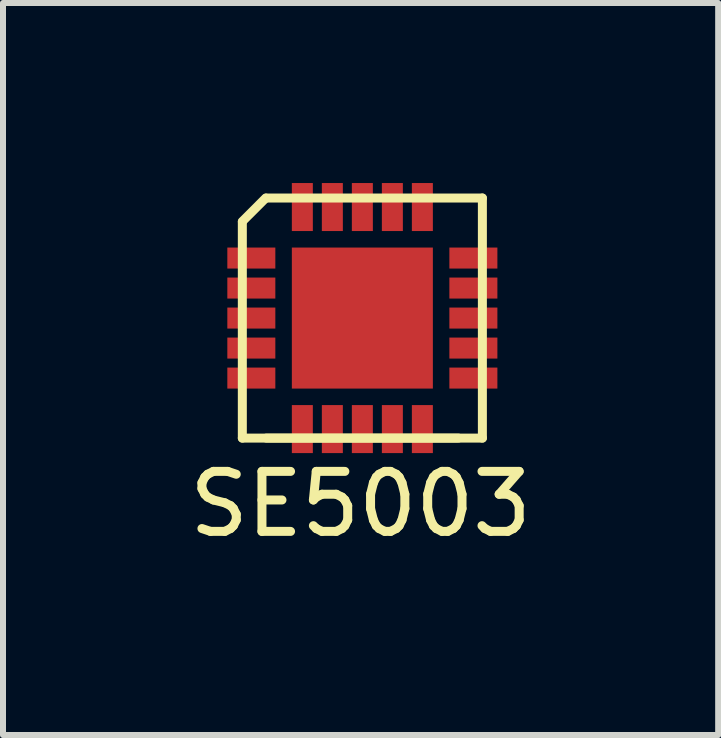
<source format=kicad_pcb>
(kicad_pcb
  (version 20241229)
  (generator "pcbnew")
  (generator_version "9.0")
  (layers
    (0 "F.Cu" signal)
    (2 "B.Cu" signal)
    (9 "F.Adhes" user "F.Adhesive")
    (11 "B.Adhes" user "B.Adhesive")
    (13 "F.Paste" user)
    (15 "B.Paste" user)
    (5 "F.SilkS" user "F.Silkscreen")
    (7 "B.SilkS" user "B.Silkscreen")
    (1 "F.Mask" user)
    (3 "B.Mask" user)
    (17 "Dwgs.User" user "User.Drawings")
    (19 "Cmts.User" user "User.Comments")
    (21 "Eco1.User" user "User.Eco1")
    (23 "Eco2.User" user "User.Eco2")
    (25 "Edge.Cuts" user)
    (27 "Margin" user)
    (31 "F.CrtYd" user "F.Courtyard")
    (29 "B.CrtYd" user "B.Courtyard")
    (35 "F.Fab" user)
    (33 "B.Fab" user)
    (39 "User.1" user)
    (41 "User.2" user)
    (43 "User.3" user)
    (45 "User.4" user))
  (footprint "SE5003"
    (layer "F.Cu")
    (at 2.988 2.25)
    (property "Reference" "SE5003" (at -0.03 3.1 0) (layer "F.SilkS") (effects (font (size 1 1) (thickness 0.15))))
    (attr through_hole)
    (fp_line (start -2 -1.61) (end -1.61 -2) (stroke (width 0.15) (type solid)) (layer "F.SilkS"))
    (fp_line (start -2 2) (end -2 -1.6) (stroke (width 0.15) (type solid)) (layer "F.SilkS"))
    (fp_line (start -2 2) (end 2 2) (stroke (width 0.15) (type solid)) (layer "F.SilkS"))
    (fp_line (start -1.6 -2) (end 2 -2) (stroke (width 0.15) (type solid)) (layer "F.SilkS"))
    (fp_line (start -1.6 2) (end 1.6 2) (stroke (width 0.15) (type solid)) (layer "F.SilkS"))
    (fp_line (start 2 -2) (end 2 2) (stroke (width 0.15) (type solid)) (layer "F.SilkS"))
    (pad "0" smd rect (at 0 0) (size 2.35 2.35) (layers "F.Cu" "F.Mask" "F.Paste"))
    (pad "1" smd rect (at -1.85 -1 90) (size 0.35 0.8) (layers "F.Cu" "F.Mask" "F.Paste"))
    (pad "2" smd rect (at -1.85 -0.5 90) (size 0.35 0.8) (layers "F.Cu" "F.Mask" "F.Paste"))
    (pad "3" smd rect (at -1.85 0 90) (size 0.35 0.8) (layers "F.Cu" "F.Mask" "F.Paste"))
    (pad "4" smd rect (at -1.85 0.5 90) (size 0.35 0.8) (layers "F.Cu" "F.Mask" "F.Paste"))
    (pad "5" smd rect (at -1.85 1 90) (size 0.35 0.8) (layers "F.Cu" "F.Mask" "F.Paste"))
    (pad "6" smd rect (at -1 1.85) (size 0.35 0.8) (layers "F.Cu" "F.Mask" "F.Paste"))
    (pad "7" smd rect (at -0.5 1.85) (size 0.35 0.8) (layers "F.Cu" "F.Mask" "F.Paste"))
    (pad "8" smd rect (at 0 1.85) (size 0.35 0.8) (layers "F.Cu" "F.Mask" "F.Paste"))
    (pad "9" smd rect (at 0.5 1.85) (size 0.35 0.8) (layers "F.Cu" "F.Mask" "F.Paste"))
    (pad "10" smd rect (at 1 1.85) (size 0.35 0.8) (layers "F.Cu" "F.Mask" "F.Paste"))
    (pad "11" smd rect (at 1.85 1 90) (size 0.35 0.8) (layers "F.Cu" "F.Mask" "F.Paste"))
    (pad "12" smd rect (at 1.85 0.5 90) (size 0.35 0.8) (layers "F.Cu" "F.Mask" "F.Paste"))
    (pad "13" smd rect (at 1.85 0 90) (size 0.35 0.8) (layers "F.Cu" "F.Mask" "F.Paste"))
    (pad "14" smd rect (at 1.85 -0.5 90) (size 0.35 0.8) (layers "F.Cu" "F.Mask" "F.Paste"))
    (pad "15" smd rect (at 1.85 -1 90) (size 0.35 0.8) (layers "F.Cu" "F.Mask" "F.Paste"))
    (pad "16" smd rect (at 1 -1.85) (size 0.35 0.8) (layers "F.Cu" "F.Mask" "F.Paste"))
    (pad "17" smd rect (at 0.5 -1.85) (size 0.35 0.8) (layers "F.Cu" "F.Mask" "F.Paste"))
    (pad "18" smd rect (at 0 -1.85) (size 0.35 0.8) (layers "F.Cu" "F.Mask" "F.Paste"))
    (pad "19" smd rect (at -0.5 -1.85) (size 0.35 0.8) (layers "F.Cu" "F.Mask" "F.Paste"))
    (pad "20" smd rect (at -1 -1.85) (size 0.35 0.8) (layers "F.Cu" "F.Mask" "F.Paste")))
  (gr_rect
    (start -3 -3)
    (end 8.917 9.198)
    (stroke (width 0.1) (type default))
    (fill no)
    (layer "Edge.Cuts")))
</source>
